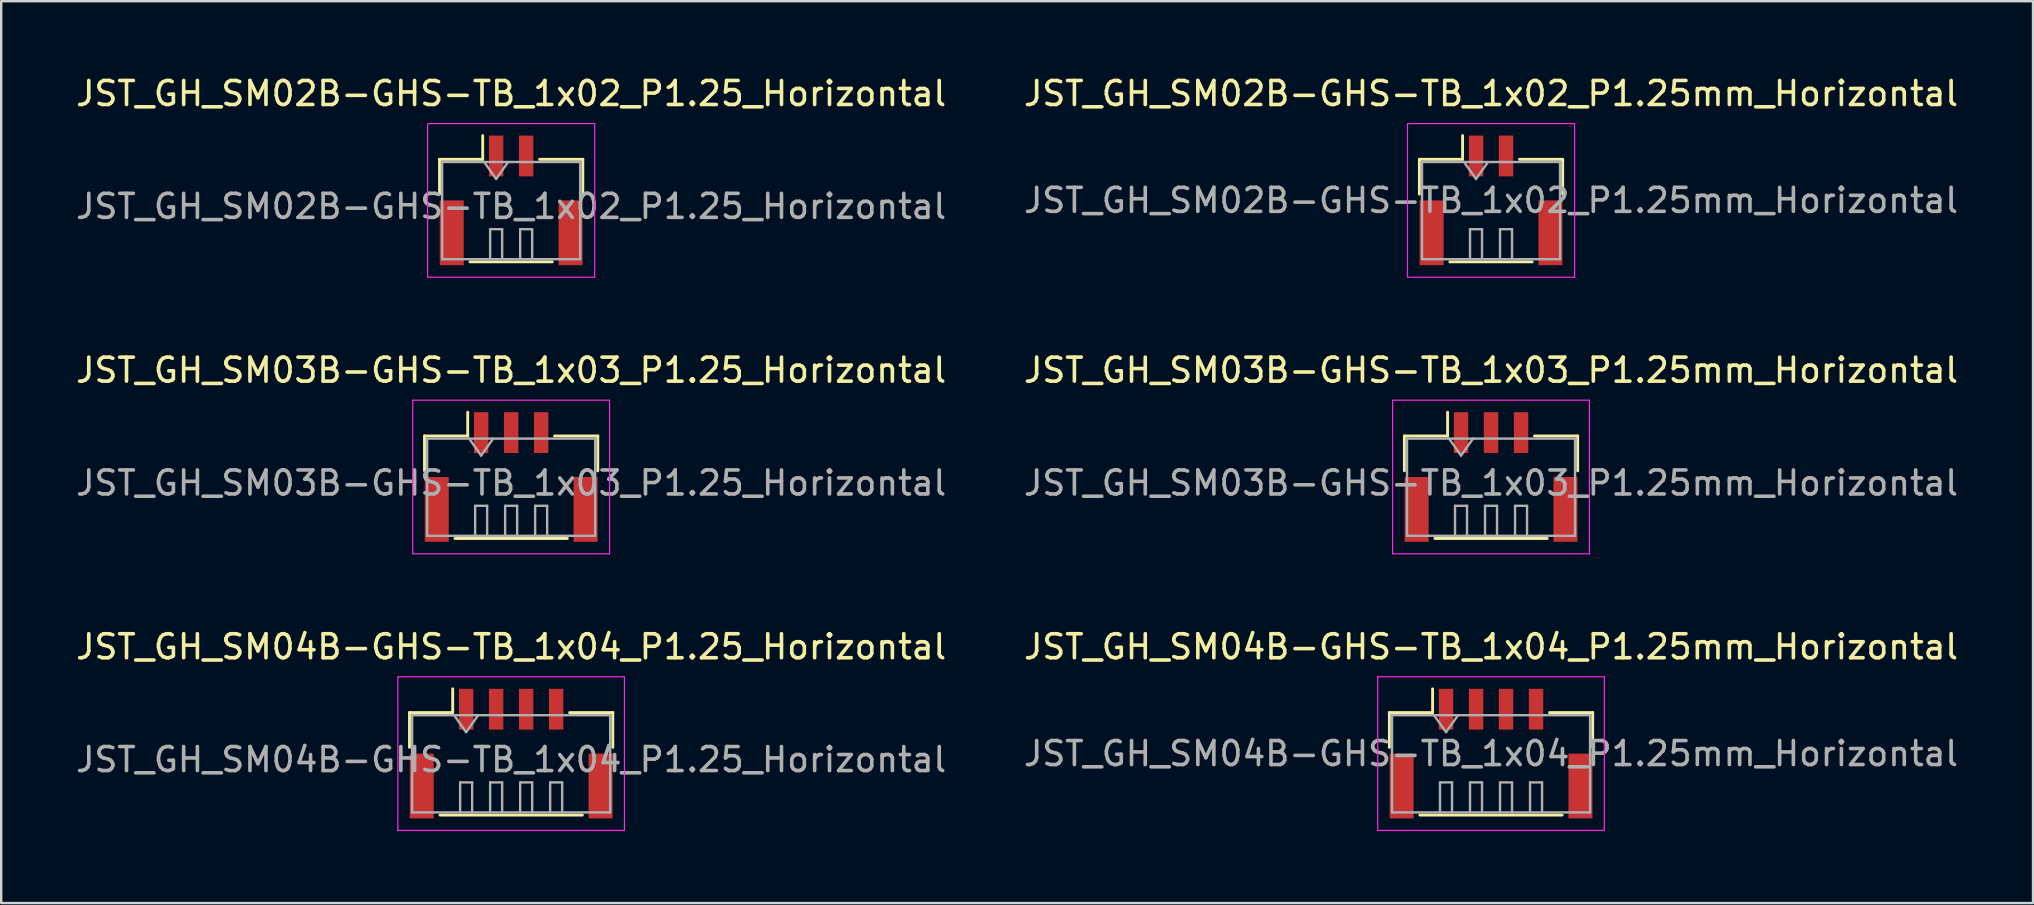
<source format=kicad_pcb>
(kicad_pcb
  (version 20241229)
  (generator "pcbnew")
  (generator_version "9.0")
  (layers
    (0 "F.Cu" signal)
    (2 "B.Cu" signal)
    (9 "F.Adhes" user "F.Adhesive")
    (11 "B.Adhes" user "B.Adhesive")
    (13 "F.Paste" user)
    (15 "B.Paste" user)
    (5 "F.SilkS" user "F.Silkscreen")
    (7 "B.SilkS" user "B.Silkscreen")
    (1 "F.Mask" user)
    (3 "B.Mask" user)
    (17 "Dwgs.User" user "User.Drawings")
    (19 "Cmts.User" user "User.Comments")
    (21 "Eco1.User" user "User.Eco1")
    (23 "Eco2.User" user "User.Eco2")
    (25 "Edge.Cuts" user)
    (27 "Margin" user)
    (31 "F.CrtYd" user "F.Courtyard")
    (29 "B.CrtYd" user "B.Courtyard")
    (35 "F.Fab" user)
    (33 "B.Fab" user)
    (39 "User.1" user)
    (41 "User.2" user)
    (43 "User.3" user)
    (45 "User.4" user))
  (footprint "JST_GH_SM04B-GHS-TB_1x04_P1.25mm_Horizontal"
    (layer "F.Cu")
    (at 59.065 28.345)
    (property "Reference" "JST_GH_SM04B-GHS-TB_1x04_P1.25mm_Horizontal" (at 0 -4.45 0) (layer "F.SilkS") (effects (font (size 1 1) (thickness 0.15))))
    (attr smd)
    (fp_line (start -4.235 -1.71) (end -2.435 -1.71) (stroke (width 0.12) (type solid)) (layer "F.SilkS"))
    (fp_line (start -4.235 -0.26) (end -4.235 -1.71) (stroke (width 0.12) (type solid)) (layer "F.SilkS"))
    (fp_line (start -2.965 2.56) (end 2.965 2.56) (stroke (width 0.12) (type solid)) (layer "F.SilkS"))
    (fp_line (start -2.435 -1.71) (end -2.435 -2.7) (stroke (width 0.12) (type solid)) (layer "F.SilkS"))
    (fp_line (start 4.235 -1.71) (end 2.435 -1.71) (stroke (width 0.12) (type solid)) (layer "F.SilkS"))
    (fp_line (start 4.235 -0.26) (end 4.235 -1.71) (stroke (width 0.12) (type solid)) (layer "F.SilkS"))
    (fp_line (start -4.72 -3.2) (end -4.72 3.2) (stroke (width 0.05) (type solid)) (layer "F.CrtYd"))
    (fp_line (start -4.72 3.2) (end 4.72 3.2) (stroke (width 0.05) (type solid)) (layer "F.CrtYd"))
    (fp_line (start 4.72 -3.2) (end -4.72 -3.2) (stroke (width 0.05) (type solid)) (layer "F.CrtYd"))
    (fp_line (start 4.72 3.2) (end 4.72 -3.2) (stroke (width 0.05) (type solid)) (layer "F.CrtYd"))
    (fp_line (start -4.125 -1.6) (end -4.125 2.45) (stroke (width 0.1) (type solid)) (layer "F.Fab"))
    (fp_line (start -4.125 2.45) (end 4.125 2.45) (stroke (width 0.1) (type solid)) (layer "F.Fab"))
    (fp_line (start -2.375 -1.6) (end -1.875 -0.893) (stroke (width 0.1) (type solid)) (layer "F.Fab"))
    (fp_line (start -2.125 1.2) (end -1.625 1.2) (stroke (width 0.1) (type solid)) (layer "F.Fab"))
    (fp_line (start -2.125 2.45) (end -2.125 1.2) (stroke (width 0.1) (type solid)) (layer "F.Fab"))
    (fp_line (start -1.875 -0.893) (end -1.375 -1.6) (stroke (width 0.1) (type solid)) (layer "F.Fab"))
    (fp_line (start -1.625 1.2) (end -1.625 2.45) (stroke (width 0.1) (type solid)) (layer "F.Fab"))
    (fp_line (start -0.875 1.2) (end -0.375 1.2) (stroke (width 0.1) (type solid)) (layer "F.Fab"))
    (fp_line (start -0.875 2.45) (end -0.875 1.2) (stroke (width 0.1) (type solid)) (layer "F.Fab"))
    (fp_line (start -0.375 1.2) (end -0.375 2.45) (stroke (width 0.1) (type solid)) (layer "F.Fab"))
    (fp_line (start 0.375 1.2) (end 0.875 1.2) (stroke (width 0.1) (type solid)) (layer "F.Fab"))
    (fp_line (start 0.375 2.45) (end 0.375 1.2) (stroke (width 0.1) (type solid)) (layer "F.Fab"))
    (fp_line (start 0.875 1.2) (end 0.875 2.45) (stroke (width 0.1) (type solid)) (layer "F.Fab"))
    (fp_line (start 1.625 1.2) (end 2.125 1.2) (stroke (width 0.1) (type solid)) (layer "F.Fab"))
    (fp_line (start 1.625 2.45) (end 1.625 1.2) (stroke (width 0.1) (type solid)) (layer "F.Fab"))
    (fp_line (start 2.125 1.2) (end 2.125 2.45) (stroke (width 0.1) (type solid)) (layer "F.Fab"))
    (fp_line (start 4.125 -1.6) (end -4.125 -1.6) (stroke (width 0.1) (type solid)) (layer "F.Fab"))
    (fp_line (start 4.125 2.45) (end 4.125 -1.6) (stroke (width 0.1) (type solid)) (layer "F.Fab"))
    (fp_text user "${REFERENCE}" (at 0 0 0) (layer "F.Fab") (effects (font (size 1 1) (thickness 0.15))))
    (pad "" smd rect (at -3.725 1.35) (size 1 2.7) (layers "F.Cu" "F.Mask" "F.Paste"))
    (pad "" smd rect (at 3.725 1.35) (size 1 2.7) (layers "F.Cu" "F.Mask" "F.Paste"))
    (pad "1" smd rect (at -1.875 -1.85) (size 0.6 1.7) (layers "F.Cu" "F.Mask" "F.Paste"))
    (pad "2" smd rect (at -0.625 -1.85) (size 0.6 1.7) (layers "F.Cu" "F.Mask" "F.Paste"))
    (pad "3" smd rect (at 0.625 -1.85) (size 0.6 1.7) (layers "F.Cu" "F.Mask" "F.Paste"))
    (pad "4" smd rect (at 1.875 -1.85) (size 0.6 1.7) (layers "F.Cu" "F.Mask" "F.Paste")))
  (footprint "JST_GH_SM02B-GHS-TB_1x02_P1.25mm_Horizontal"
    (layer "F.Cu")
    (at 59.065 5.298)
    (property "Reference" "JST_GH_SM02B-GHS-TB_1x02_P1.25mm_Horizontal" (at 0 -4.45 0) (layer "F.SilkS") (effects (font (size 1 1) (thickness 0.15))))
    (attr smd)
    (fp_line (start -2.985 -1.71) (end -1.185 -1.71) (stroke (width 0.12) (type solid)) (layer "F.SilkS"))
    (fp_line (start -2.985 -0.26) (end -2.985 -1.71) (stroke (width 0.12) (type solid)) (layer "F.SilkS"))
    (fp_line (start -1.715 2.56) (end 1.715 2.56) (stroke (width 0.12) (type solid)) (layer "F.SilkS"))
    (fp_line (start -1.185 -1.71) (end -1.185 -2.7) (stroke (width 0.12) (type solid)) (layer "F.SilkS"))
    (fp_line (start 2.985 -1.71) (end 1.185 -1.71) (stroke (width 0.12) (type solid)) (layer "F.SilkS"))
    (fp_line (start 2.985 -0.26) (end 2.985 -1.71) (stroke (width 0.12) (type solid)) (layer "F.SilkS"))
    (fp_line (start -3.48 -3.2) (end -3.48 3.2) (stroke (width 0.05) (type solid)) (layer "F.CrtYd"))
    (fp_line (start -3.48 3.2) (end 3.48 3.2) (stroke (width 0.05) (type solid)) (layer "F.CrtYd"))
    (fp_line (start 3.48 -3.2) (end -3.48 -3.2) (stroke (width 0.05) (type solid)) (layer "F.CrtYd"))
    (fp_line (start 3.48 3.2) (end 3.48 -3.2) (stroke (width 0.05) (type solid)) (layer "F.CrtYd"))
    (fp_line (start -2.875 -1.6) (end -2.875 2.45) (stroke (width 0.1) (type solid)) (layer "F.Fab"))
    (fp_line (start -2.875 2.45) (end 2.875 2.45) (stroke (width 0.1) (type solid)) (layer "F.Fab"))
    (fp_line (start -1.125 -1.6) (end -0.625 -0.893) (stroke (width 0.1) (type solid)) (layer "F.Fab"))
    (fp_line (start -0.875 1.2) (end -0.375 1.2) (stroke (width 0.1) (type solid)) (layer "F.Fab"))
    (fp_line (start -0.875 2.45) (end -0.875 1.2) (stroke (width 0.1) (type solid)) (layer "F.Fab"))
    (fp_line (start -0.625 -0.893) (end -0.125 -1.6) (stroke (width 0.1) (type solid)) (layer "F.Fab"))
    (fp_line (start -0.375 1.2) (end -0.375 2.45) (stroke (width 0.1) (type solid)) (layer "F.Fab"))
    (fp_line (start 0.375 1.2) (end 0.875 1.2) (stroke (width 0.1) (type solid)) (layer "F.Fab"))
    (fp_line (start 0.375 2.45) (end 0.375 1.2) (stroke (width 0.1) (type solid)) (layer "F.Fab"))
    (fp_line (start 0.875 1.2) (end 0.875 2.45) (stroke (width 0.1) (type solid)) (layer "F.Fab"))
    (fp_line (start 2.875 -1.6) (end -2.875 -1.6) (stroke (width 0.1) (type solid)) (layer "F.Fab"))
    (fp_line (start 2.875 2.45) (end 2.875 -1.6) (stroke (width 0.1) (type solid)) (layer "F.Fab"))
    (fp_text user "${REFERENCE}" (at 0 0 0) (layer "F.Fab") (effects (font (size 1 1) (thickness 0.15))))
    (pad "" smd rect (at -2.475 1.35) (size 1 2.7) (layers "F.Cu" "F.Mask" "F.Paste"))
    (pad "" smd rect (at 2.475 1.35) (size 1 2.7) (layers "F.Cu" "F.Mask" "F.Paste"))
    (pad "1" smd rect (at -0.625 -1.85) (size 0.6 1.7) (layers "F.Cu" "F.Mask" "F.Paste"))
    (pad "2" smd rect (at 0.625 -1.85) (size 0.6 1.7) (layers "F.Cu" "F.Mask" "F.Paste")))
  (footprint "JST_GH_SM02B-GHS-TB_1x02_P1.25_Horizontal"
    (layer "F.Cu")
    (at 18.244 5.048)
    (property "Reference" "JST_GH_SM02B-GHS-TB_1x02_P1.25_Horizontal" (at 0 -4.2 0) (layer "F.SilkS") (effects (font (size 1 1) (thickness 0.15))))
    (attr smd)
    (fp_line (start -2.985 -1.46) (end -1.185 -1.46) (stroke (width 0.12) (type solid)) (layer "F.SilkS"))
    (fp_line (start -2.985 -0.01) (end -2.985 -1.46) (stroke (width 0.12) (type solid)) (layer "F.SilkS"))
    (fp_line (start -1.715 2.81) (end 1.715 2.81) (stroke (width 0.12) (type solid)) (layer "F.SilkS"))
    (fp_line (start -1.185 -1.46) (end -1.185 -2.45) (stroke (width 0.12) (type solid)) (layer "F.SilkS"))
    (fp_line (start 2.985 -1.46) (end 1.185 -1.46) (stroke (width 0.12) (type solid)) (layer "F.SilkS"))
    (fp_line (start 2.985 -0.01) (end 2.985 -1.46) (stroke (width 0.12) (type solid)) (layer "F.SilkS"))
    (fp_line (start -3.48 -2.95) (end -3.48 3.45) (stroke (width 0.05) (type solid)) (layer "F.CrtYd"))
    (fp_line (start -3.48 3.45) (end 3.48 3.45) (stroke (width 0.05) (type solid)) (layer "F.CrtYd"))
    (fp_line (start 3.48 -2.95) (end -3.48 -2.95) (stroke (width 0.05) (type solid)) (layer "F.CrtYd"))
    (fp_line (start 3.48 3.45) (end 3.48 -2.95) (stroke (width 0.05) (type solid)) (layer "F.CrtYd"))
    (fp_line (start -2.875 -1.35) (end -2.875 2.7) (stroke (width 0.1) (type solid)) (layer "F.Fab"))
    (fp_line (start -2.875 2.7) (end 2.875 2.7) (stroke (width 0.1) (type solid)) (layer "F.Fab"))
    (fp_line (start -1.125 -1.35) (end -0.625 -0.643) (stroke (width 0.1) (type solid)) (layer "F.Fab"))
    (fp_line (start -0.875 1.45) (end -0.375 1.45) (stroke (width 0.1) (type solid)) (layer "F.Fab"))
    (fp_line (start -0.875 2.7) (end -0.875 1.45) (stroke (width 0.1) (type solid)) (layer "F.Fab"))
    (fp_line (start -0.625 -0.643) (end -0.125 -1.35) (stroke (width 0.1) (type solid)) (layer "F.Fab"))
    (fp_line (start -0.375 1.45) (end -0.375 2.7) (stroke (width 0.1) (type solid)) (layer "F.Fab"))
    (fp_line (start 0.375 1.45) (end 0.875 1.45) (stroke (width 0.1) (type solid)) (layer "F.Fab"))
    (fp_line (start 0.375 2.7) (end 0.375 1.45) (stroke (width 0.1) (type solid)) (layer "F.Fab"))
    (fp_line (start 0.875 1.45) (end 0.875 2.7) (stroke (width 0.1) (type solid)) (layer "F.Fab"))
    (fp_line (start 2.875 -1.35) (end -2.875 -1.35) (stroke (width 0.1) (type solid)) (layer "F.Fab"))
    (fp_line (start 2.875 2.7) (end 2.875 -1.35) (stroke (width 0.1) (type solid)) (layer "F.Fab"))
    (fp_text user "${REFERENCE}" (at 0 0.5 0) (layer "F.Fab") (effects (font (size 1 1) (thickness 0.15))))
    (pad "" smd rect (at -2.475 1.6) (size 1 2.7) (layers "F.Cu" "F.Mask" "F.Paste"))
    (pad "" smd rect (at 2.475 1.6) (size 1 2.7) (layers "F.Cu" "F.Mask" "F.Paste"))
    (pad "1" smd rect (at -0.625 -1.6) (size 0.6 1.7) (layers "F.Cu" "F.Mask" "F.Paste"))
    (pad "2" smd rect (at 0.625 -1.6) (size 0.6 1.7) (layers "F.Cu" "F.Mask" "F.Paste")))
  (footprint "JST_GH_SM03B-GHS-TB_1x03_P1.25mm_Horizontal"
    (layer "F.Cu")
    (at 59.065 16.572)
    (property "Reference" "JST_GH_SM03B-GHS-TB_1x03_P1.25mm_Horizontal" (at 0 -4.2 0) (layer "F.SilkS") (effects (font (size 1 1) (thickness 0.15))))
    (attr smd)
    (fp_line (start -3.61 -1.46) (end -1.81 -1.46) (stroke (width 0.12) (type solid)) (layer "F.SilkS"))
    (fp_line (start -3.61 -0.01) (end -3.61 -1.46) (stroke (width 0.12) (type solid)) (layer "F.SilkS"))
    (fp_line (start -2.34 2.81) (end 2.34 2.81) (stroke (width 0.12) (type solid)) (layer "F.SilkS"))
    (fp_line (start -1.81 -1.46) (end -1.81 -2.45) (stroke (width 0.12) (type solid)) (layer "F.SilkS"))
    (fp_line (start 3.61 -1.46) (end 1.81 -1.46) (stroke (width 0.12) (type solid)) (layer "F.SilkS"))
    (fp_line (start 3.61 -0.01) (end 3.61 -1.46) (stroke (width 0.12) (type solid)) (layer "F.SilkS"))
    (fp_line (start -4.1 -2.95) (end -4.1 3.45) (stroke (width 0.05) (type solid)) (layer "F.CrtYd"))
    (fp_line (start -4.1 3.45) (end 4.1 3.45) (stroke (width 0.05) (type solid)) (layer "F.CrtYd"))
    (fp_line (start 4.1 -2.95) (end -4.1 -2.95) (stroke (width 0.05) (type solid)) (layer "F.CrtYd"))
    (fp_line (start 4.1 3.45) (end 4.1 -2.95) (stroke (width 0.05) (type solid)) (layer "F.CrtYd"))
    (fp_line (start -3.5 -1.35) (end -3.5 2.7) (stroke (width 0.1) (type solid)) (layer "F.Fab"))
    (fp_line (start -3.5 2.7) (end 3.5 2.7) (stroke (width 0.1) (type solid)) (layer "F.Fab"))
    (fp_line (start -1.75 -1.35) (end -1.25 -0.643) (stroke (width 0.1) (type solid)) (layer "F.Fab"))
    (fp_line (start -1.5 1.45) (end -1 1.45) (stroke (width 0.1) (type solid)) (layer "F.Fab"))
    (fp_line (start -1.5 2.7) (end -1.5 1.45) (stroke (width 0.1) (type solid)) (layer "F.Fab"))
    (fp_line (start -1.25 -0.643) (end -0.75 -1.35) (stroke (width 0.1) (type solid)) (layer "F.Fab"))
    (fp_line (start -1 1.45) (end -1 2.7) (stroke (width 0.1) (type solid)) (layer "F.Fab"))
    (fp_line (start -0.25 1.45) (end 0.25 1.45) (stroke (width 0.1) (type solid)) (layer "F.Fab"))
    (fp_line (start -0.25 2.7) (end -0.25 1.45) (stroke (width 0.1) (type solid)) (layer "F.Fab"))
    (fp_line (start 0.25 1.45) (end 0.25 2.7) (stroke (width 0.1) (type solid)) (layer "F.Fab"))
    (fp_line (start 1 1.45) (end 1.5 1.45) (stroke (width 0.1) (type solid)) (layer "F.Fab"))
    (fp_line (start 1 2.7) (end 1 1.45) (stroke (width 0.1) (type solid)) (layer "F.Fab"))
    (fp_line (start 1.5 1.45) (end 1.5 2.7) (stroke (width 0.1) (type solid)) (layer "F.Fab"))
    (fp_line (start 3.5 -1.35) (end -3.5 -1.35) (stroke (width 0.1) (type solid)) (layer "F.Fab"))
    (fp_line (start 3.5 2.7) (end 3.5 -1.35) (stroke (width 0.1) (type solid)) (layer "F.Fab"))
    (fp_text user "${REFERENCE}" (at 0 0.5 0) (layer "F.Fab") (effects (font (size 1 1) (thickness 0.15))))
    (pad "" smd rect (at -3.1 1.6) (size 1 2.7) (layers "F.Cu" "F.Mask" "F.Paste"))
    (pad "" smd rect (at 3.1 1.6) (size 1 2.7) (layers "F.Cu" "F.Mask" "F.Paste"))
    (pad "1" smd rect (at -1.25 -1.6) (size 0.6 1.7) (layers "F.Cu" "F.Mask" "F.Paste"))
    (pad "2" smd rect (at 0 -1.6) (size 0.6 1.7) (layers "F.Cu" "F.Mask" "F.Paste"))
    (pad "3" smd rect (at 1.25 -1.6) (size 0.6 1.7) (layers "F.Cu" "F.Mask" "F.Paste")))
  (footprint "JST_GH_SM04B-GHS-TB_1x04_P1.25_Horizontal"
    (layer "F.Cu")
    (at 18.244 28.095)
    (property "Reference" "JST_GH_SM04B-GHS-TB_1x04_P1.25_Horizontal" (at 0 -4.2 0) (layer "F.SilkS") (effects (font (size 1 1) (thickness 0.15))))
    (attr smd)
    (fp_line (start -4.235 -1.46) (end -2.435 -1.46) (stroke (width 0.12) (type solid)) (layer "F.SilkS"))
    (fp_line (start -4.235 -0.01) (end -4.235 -1.46) (stroke (width 0.12) (type solid)) (layer "F.SilkS"))
    (fp_line (start -2.965 2.81) (end 2.965 2.81) (stroke (width 0.12) (type solid)) (layer "F.SilkS"))
    (fp_line (start -2.435 -1.46) (end -2.435 -2.45) (stroke (width 0.12) (type solid)) (layer "F.SilkS"))
    (fp_line (start 4.235 -1.46) (end 2.435 -1.46) (stroke (width 0.12) (type solid)) (layer "F.SilkS"))
    (fp_line (start 4.235 -0.01) (end 4.235 -1.46) (stroke (width 0.12) (type solid)) (layer "F.SilkS"))
    (fp_line (start -4.72 -2.95) (end -4.72 3.45) (stroke (width 0.05) (type solid)) (layer "F.CrtYd"))
    (fp_line (start -4.72 3.45) (end 4.72 3.45) (stroke (width 0.05) (type solid)) (layer "F.CrtYd"))
    (fp_line (start 4.72 -2.95) (end -4.72 -2.95) (stroke (width 0.05) (type solid)) (layer "F.CrtYd"))
    (fp_line (start 4.72 3.45) (end 4.72 -2.95) (stroke (width 0.05) (type solid)) (layer "F.CrtYd"))
    (fp_line (start -4.125 -1.35) (end -4.125 2.7) (stroke (width 0.1) (type solid)) (layer "F.Fab"))
    (fp_line (start -4.125 2.7) (end 4.125 2.7) (stroke (width 0.1) (type solid)) (layer "F.Fab"))
    (fp_line (start -2.375 -1.35) (end -1.875 -0.643) (stroke (width 0.1) (type solid)) (layer "F.Fab"))
    (fp_line (start -2.125 1.45) (end -1.625 1.45) (stroke (width 0.1) (type solid)) (layer "F.Fab"))
    (fp_line (start -2.125 2.7) (end -2.125 1.45) (stroke (width 0.1) (type solid)) (layer "F.Fab"))
    (fp_line (start -1.875 -0.643) (end -1.375 -1.35) (stroke (width 0.1) (type solid)) (layer "F.Fab"))
    (fp_line (start -1.625 1.45) (end -1.625 2.7) (stroke (width 0.1) (type solid)) (layer "F.Fab"))
    (fp_line (start -0.875 1.45) (end -0.375 1.45) (stroke (width 0.1) (type solid)) (layer "F.Fab"))
    (fp_line (start -0.875 2.7) (end -0.875 1.45) (stroke (width 0.1) (type solid)) (layer "F.Fab"))
    (fp_line (start -0.375 1.45) (end -0.375 2.7) (stroke (width 0.1) (type solid)) (layer "F.Fab"))
    (fp_line (start 0.375 1.45) (end 0.875 1.45) (stroke (width 0.1) (type solid)) (layer "F.Fab"))
    (fp_line (start 0.375 2.7) (end 0.375 1.45) (stroke (width 0.1) (type solid)) (layer "F.Fab"))
    (fp_line (start 0.875 1.45) (end 0.875 2.7) (stroke (width 0.1) (type solid)) (layer "F.Fab"))
    (fp_line (start 1.625 1.45) (end 2.125 1.45) (stroke (width 0.1) (type solid)) (layer "F.Fab"))
    (fp_line (start 1.625 2.7) (end 1.625 1.45) (stroke (width 0.1) (type solid)) (layer "F.Fab"))
    (fp_line (start 2.125 1.45) (end 2.125 2.7) (stroke (width 0.1) (type solid)) (layer "F.Fab"))
    (fp_line (start 4.125 -1.35) (end -4.125 -1.35) (stroke (width 0.1) (type solid)) (layer "F.Fab"))
    (fp_line (start 4.125 2.7) (end 4.125 -1.35) (stroke (width 0.1) (type solid)) (layer "F.Fab"))
    (fp_text user "${REFERENCE}" (at 0 0.5 0) (layer "F.Fab") (effects (font (size 1 1) (thickness 0.15))))
    (pad "" smd rect (at -3.725 1.6) (size 1 2.7) (layers "F.Cu" "F.Mask" "F.Paste"))
    (pad "" smd rect (at 3.725 1.6) (size 1 2.7) (layers "F.Cu" "F.Mask" "F.Paste"))
    (pad "1" smd rect (at -1.875 -1.6) (size 0.6 1.7) (layers "F.Cu" "F.Mask" "F.Paste"))
    (pad "2" smd rect (at -0.625 -1.6) (size 0.6 1.7) (layers "F.Cu" "F.Mask" "F.Paste"))
    (pad "3" smd rect (at 0.625 -1.6) (size 0.6 1.7) (layers "F.Cu" "F.Mask" "F.Paste"))
    (pad "4" smd rect (at 1.875 -1.6) (size 0.6 1.7) (layers "F.Cu" "F.Mask" "F.Paste")))
  (footprint "JST_GH_SM03B-GHS-TB_1x03_P1.25_Horizontal"
    (layer "F.Cu")
    (at 18.244 16.572)
    (property "Reference" "JST_GH_SM03B-GHS-TB_1x03_P1.25_Horizontal" (at 0 -4.2 0) (layer "F.SilkS") (effects (font (size 1 1) (thickness 0.15))))
    (attr smd)
    (fp_line (start -3.61 -1.46) (end -1.81 -1.46) (stroke (width 0.12) (type solid)) (layer "F.SilkS"))
    (fp_line (start -3.61 -0.01) (end -3.61 -1.46) (stroke (width 0.12) (type solid)) (layer "F.SilkS"))
    (fp_line (start -2.34 2.81) (end 2.34 2.81) (stroke (width 0.12) (type solid)) (layer "F.SilkS"))
    (fp_line (start -1.81 -1.46) (end -1.81 -2.45) (stroke (width 0.12) (type solid)) (layer "F.SilkS"))
    (fp_line (start 3.61 -1.46) (end 1.81 -1.46) (stroke (width 0.12) (type solid)) (layer "F.SilkS"))
    (fp_line (start 3.61 -0.01) (end 3.61 -1.46) (stroke (width 0.12) (type solid)) (layer "F.SilkS"))
    (fp_line (start -4.1 -2.95) (end -4.1 3.45) (stroke (width 0.05) (type solid)) (layer "F.CrtYd"))
    (fp_line (start -4.1 3.45) (end 4.1 3.45) (stroke (width 0.05) (type solid)) (layer "F.CrtYd"))
    (fp_line (start 4.1 -2.95) (end -4.1 -2.95) (stroke (width 0.05) (type solid)) (layer "F.CrtYd"))
    (fp_line (start 4.1 3.45) (end 4.1 -2.95) (stroke (width 0.05) (type solid)) (layer "F.CrtYd"))
    (fp_line (start -3.5 -1.35) (end -3.5 2.7) (stroke (width 0.1) (type solid)) (layer "F.Fab"))
    (fp_line (start -3.5 2.7) (end 3.5 2.7) (stroke (width 0.1) (type solid)) (layer "F.Fab"))
    (fp_line (start -1.75 -1.35) (end -1.25 -0.643) (stroke (width 0.1) (type solid)) (layer "F.Fab"))
    (fp_line (start -1.5 1.45) (end -1 1.45) (stroke (width 0.1) (type solid)) (layer "F.Fab"))
    (fp_line (start -1.5 2.7) (end -1.5 1.45) (stroke (width 0.1) (type solid)) (layer "F.Fab"))
    (fp_line (start -1.25 -0.643) (end -0.75 -1.35) (stroke (width 0.1) (type solid)) (layer "F.Fab"))
    (fp_line (start -1 1.45) (end -1 2.7) (stroke (width 0.1) (type solid)) (layer "F.Fab"))
    (fp_line (start -0.25 1.45) (end 0.25 1.45) (stroke (width 0.1) (type solid)) (layer "F.Fab"))
    (fp_line (start -0.25 2.7) (end -0.25 1.45) (stroke (width 0.1) (type solid)) (layer "F.Fab"))
    (fp_line (start 0.25 1.45) (end 0.25 2.7) (stroke (width 0.1) (type solid)) (layer "F.Fab"))
    (fp_line (start 1 1.45) (end 1.5 1.45) (stroke (width 0.1) (type solid)) (layer "F.Fab"))
    (fp_line (start 1 2.7) (end 1 1.45) (stroke (width 0.1) (type solid)) (layer "F.Fab"))
    (fp_line (start 1.5 1.45) (end 1.5 2.7) (stroke (width 0.1) (type solid)) (layer "F.Fab"))
    (fp_line (start 3.5 -1.35) (end -3.5 -1.35) (stroke (width 0.1) (type solid)) (layer "F.Fab"))
    (fp_line (start 3.5 2.7) (end 3.5 -1.35) (stroke (width 0.1) (type solid)) (layer "F.Fab"))
    (fp_text user "${REFERENCE}" (at 0 0.5 0) (layer "F.Fab") (effects (font (size 1 1) (thickness 0.15))))
    (pad "" smd rect (at -3.1 1.6) (size 1 2.7) (layers "F.Cu" "F.Mask" "F.Paste"))
    (pad "" smd rect (at 3.1 1.6) (size 1 2.7) (layers "F.Cu" "F.Mask" "F.Paste"))
    (pad "1" smd rect (at -1.25 -1.6) (size 0.6 1.7) (layers "F.Cu" "F.Mask" "F.Paste"))
    (pad "2" smd rect (at 0 -1.6) (size 0.6 1.7) (layers "F.Cu" "F.Mask" "F.Paste"))
    (pad "3" smd rect (at 1.25 -1.6) (size 0.6 1.7) (layers "F.Cu" "F.Mask" "F.Paste")))
  (gr_rect
    (start -3 -3)
    (end 81.643 34.57)
    (stroke (width 0.1) (type default))
    (fill no)
    (layer "Edge.Cuts")))
</source>
